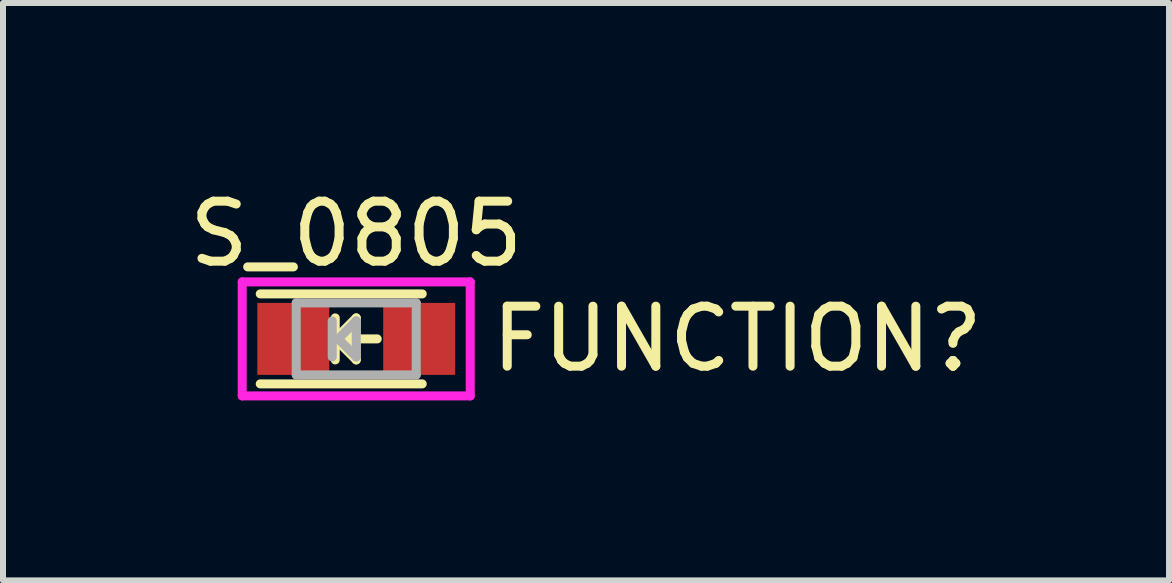
<source format=kicad_pcb>
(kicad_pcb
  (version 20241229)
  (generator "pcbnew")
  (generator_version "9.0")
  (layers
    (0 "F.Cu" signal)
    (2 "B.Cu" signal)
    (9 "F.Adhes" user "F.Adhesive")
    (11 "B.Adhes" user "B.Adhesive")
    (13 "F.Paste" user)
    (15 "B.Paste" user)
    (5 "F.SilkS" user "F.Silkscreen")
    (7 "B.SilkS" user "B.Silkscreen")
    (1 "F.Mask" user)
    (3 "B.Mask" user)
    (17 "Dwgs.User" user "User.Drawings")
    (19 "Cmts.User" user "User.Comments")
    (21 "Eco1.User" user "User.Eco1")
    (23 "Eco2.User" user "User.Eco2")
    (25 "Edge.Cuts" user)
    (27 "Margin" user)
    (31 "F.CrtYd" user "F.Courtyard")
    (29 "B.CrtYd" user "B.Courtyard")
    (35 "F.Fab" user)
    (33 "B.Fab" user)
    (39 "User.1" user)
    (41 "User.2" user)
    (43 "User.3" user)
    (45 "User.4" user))
  (footprint "S_0805"
    (layer "F.Cu")
    (at 2.887 2.598)
    (property "Reference" "S_0805" (at 0 -1.75 0) (layer "F.SilkS") (effects (font (size 1 1) (thickness 0.15))))
    (attr smd)
    (fp_line (start -1.6 -0.75) (end 1.1 -0.75) (stroke (width 0.15) (type solid)) (layer "F.SilkS"))
    (fp_line (start -1.6 0.75) (end 1.1 0.75) (stroke (width 0.15) (type solid)) (layer "F.SilkS"))
    (fp_line (start -0.35 -0.35) (end -0.35 0.35) (stroke (width 0.15) (type solid)) (layer "F.SilkS"))
    (fp_line (start -0.35 0) (end 0 -0.35) (stroke (width 0.15) (type solid)) (layer "F.SilkS"))
    (fp_line (start -0.1 -0.1) (end -0.25 0.05) (stroke (width 0.15) (type solid)) (layer "F.SilkS"))
    (fp_line (start -0.1 0.15) (end -0.1 -0.1) (stroke (width 0.15) (type solid)) (layer "F.SilkS"))
    (fp_line (start 0 -0.35) (end 0 0.35) (stroke (width 0.15) (type solid)) (layer "F.SilkS"))
    (fp_line (start 0 0) (end 0.35 0) (stroke (width 0.15) (type solid)) (layer "F.SilkS"))
    (fp_line (start 0 0.35) (end -0.35 0) (stroke (width 0.15) (type solid)) (layer "F.SilkS"))
    (fp_line (start -1.9 -0.95) (end 1.9 -0.95) (stroke (width 0.15) (type solid)) (layer "F.CrtYd"))
    (fp_line (start -1.9 0.95) (end -1.9 -0.95) (stroke (width 0.15) (type solid)) (layer "F.CrtYd"))
    (fp_line (start 1.9 -0.95) (end 1.9 0.95) (stroke (width 0.15) (type solid)) (layer "F.CrtYd"))
    (fp_line (start 1.9 0.95) (end -1.9 0.95) (stroke (width 0.15) (type solid)) (layer "F.CrtYd"))
    (fp_line (start -1 -0.6) (end -1 0.6) (stroke (width 0.15) (type solid)) (layer "F.Fab"))
    (fp_line (start -1 0.6) (end 1 0.6) (stroke (width 0.15) (type solid)) (layer "F.Fab"))
    (fp_line (start -0.4 -0.3) (end -0.4 0.3) (stroke (width 0.15) (type solid)) (layer "F.Fab"))
    (fp_line (start -0.3 0) (end 0 -0.3) (stroke (width 0.15) (type solid)) (layer "F.Fab"))
    (fp_line (start 0 -0.3) (end 0 0.3) (stroke (width 0.15) (type solid)) (layer "F.Fab"))
    (fp_line (start 0 0.3) (end -0.3 0) (stroke (width 0.15) (type solid)) (layer "F.Fab"))
    (fp_line (start 1 -0.6) (end -1 -0.6) (stroke (width 0.15) (type solid)) (layer "F.Fab"))
    (fp_line (start 1 0.6) (end 1 -0.6) (stroke (width 0.15) (type solid)) (layer "F.Fab"))
    (fp_text user "FUNCTION?" (at 6.35 0 0) (layer "F.SilkS") (effects (font (size 1 1) (thickness 0.15))))
    (pad "A" smd rect (at 1.049 0 180) (size 1.199 1.199) (layers "F.Cu" "F.Mask" "F.Paste"))
    (pad "C" smd rect (at -1.049 0 180) (size 1.199 1.199) (layers "F.Cu" "F.Mask" "F.Paste")))
  (gr_rect
    (start -3 -3)
    (end 16.433 6.623)
    (stroke (width 0.1) (type default))
    (fill no)
    (layer "Edge.Cuts")))
</source>
